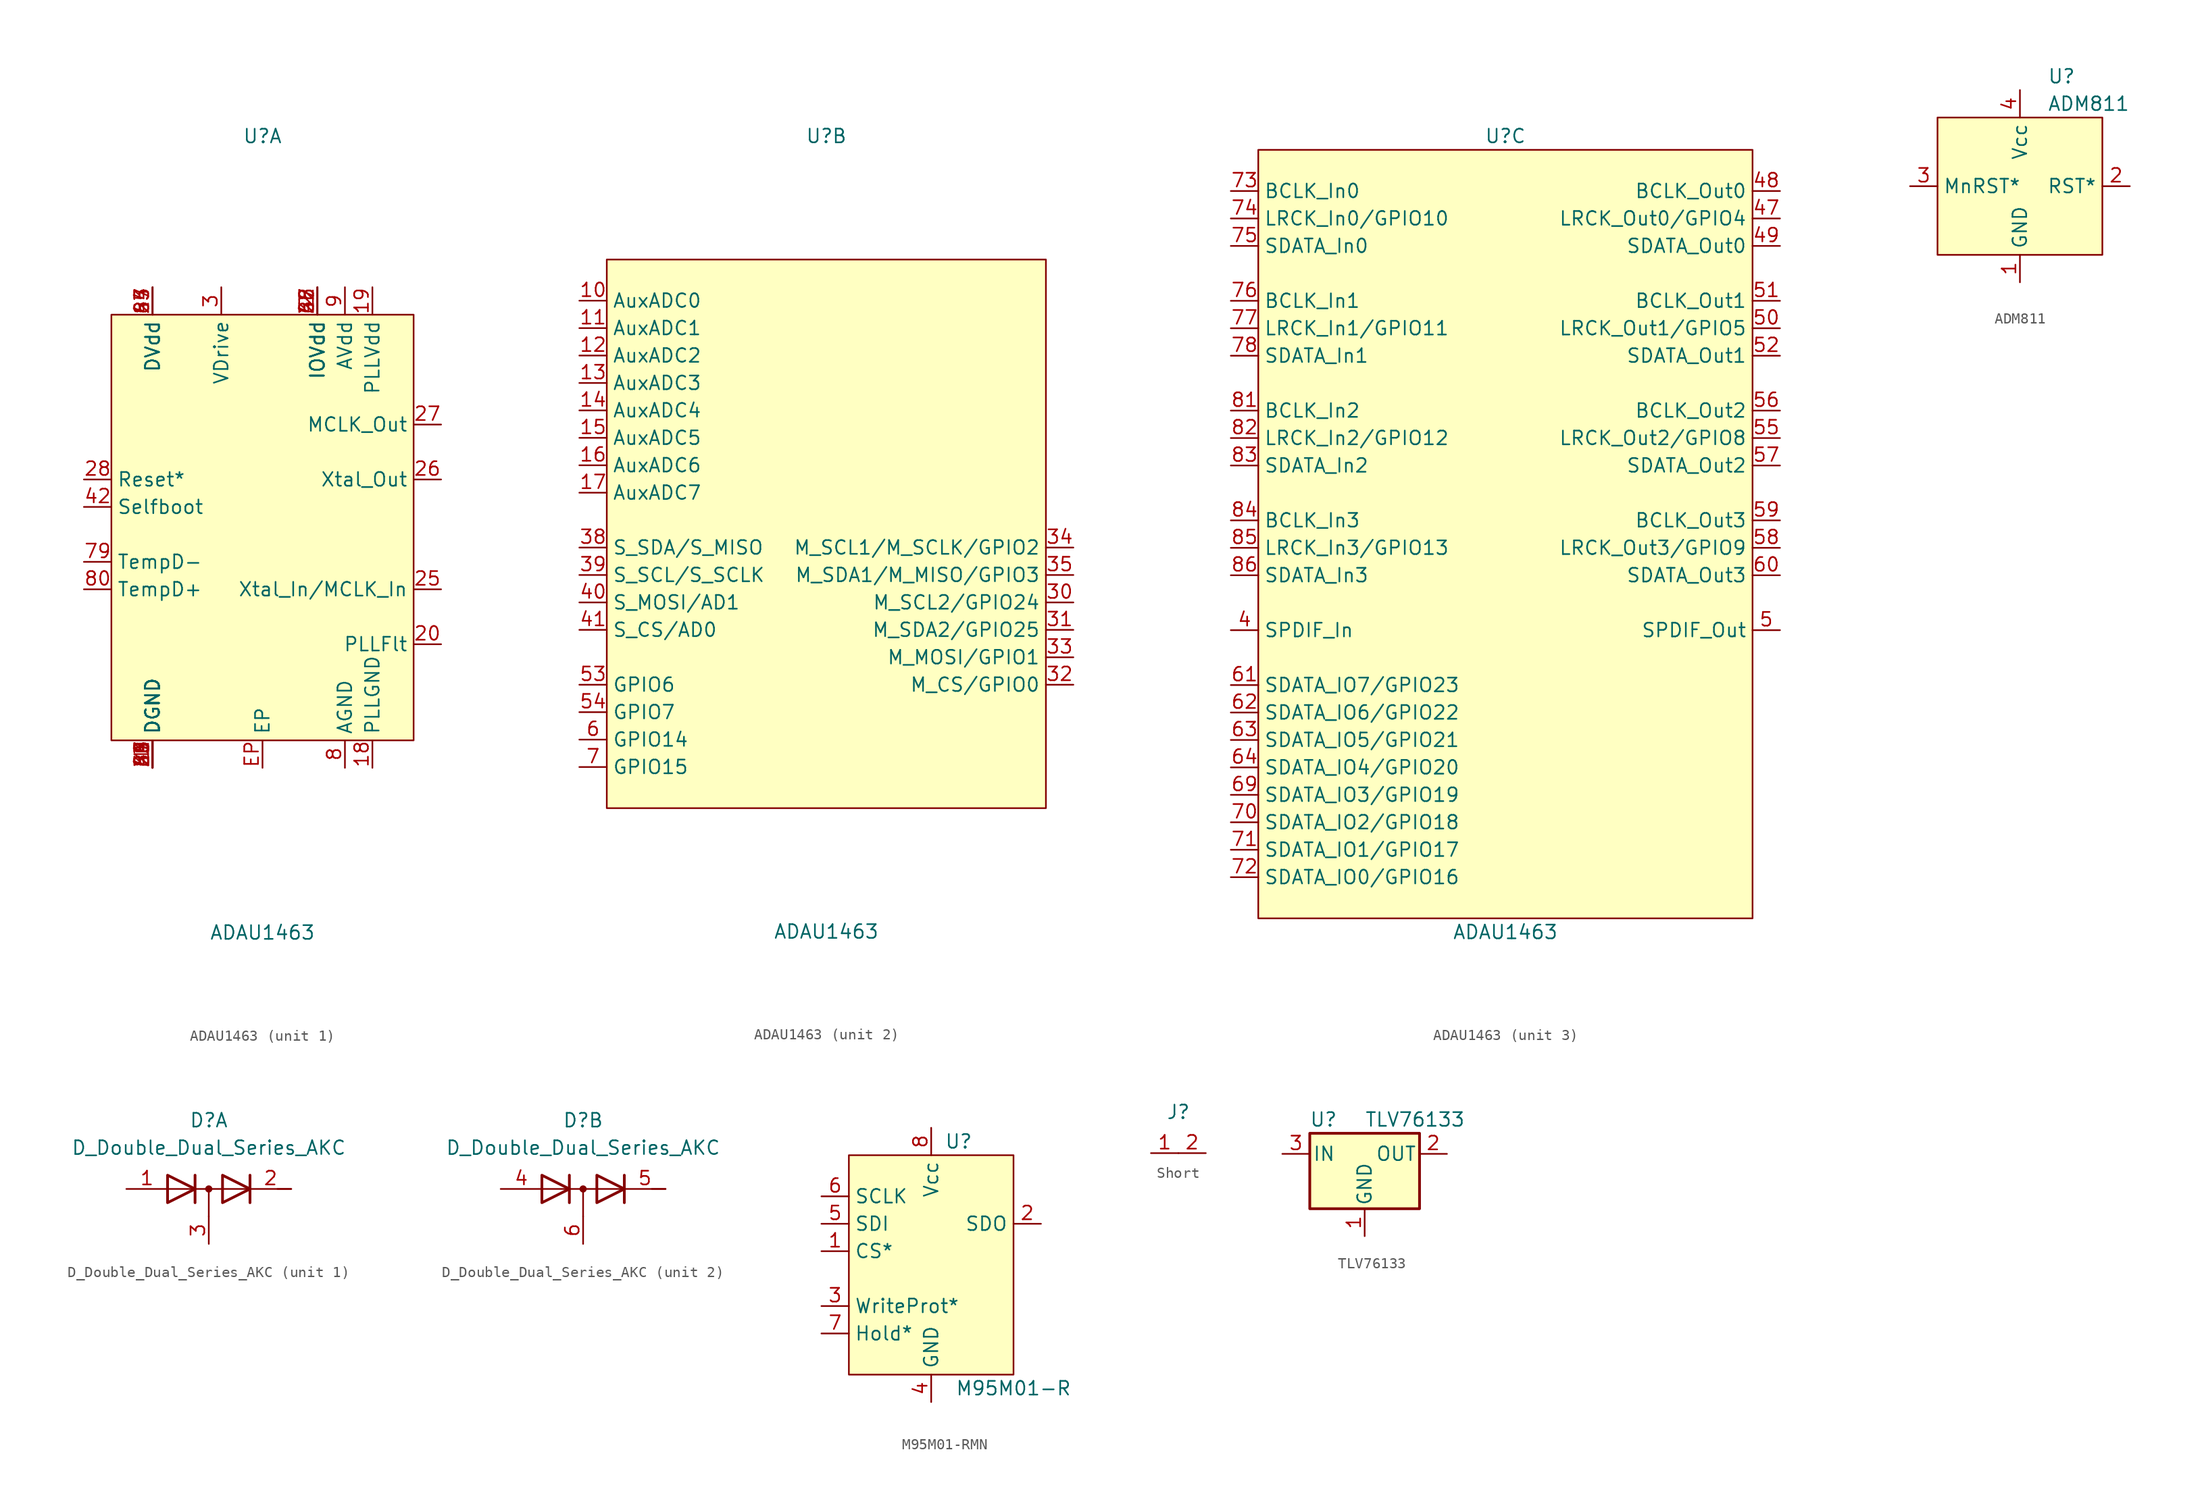
<source format=kicad_sym>
(kicad_symbol_lib
  (version 20220914)
  (generator kicad_symbol_editor)
  (symbol "ADAU1463"
    (property "Reference" "U"
      (at 0 36.83 0)
      (effects (font (size 1.27 1.27))))
    (property "Value" "ADAU1463"
      (at 0 -36.83 0)
      (effects (font (size 1.27 1.27))))
    (property "ki_locked" ""
      (at 0 0 0)
      (effects (font (size 1.27 1.27))))
    (symbol "ADAU1463_1_1"
      (rectangle (start -13.97 20.32) (end 13.97 -19.05) (stroke (width 0) (type default)) (fill (type background)))
      (pin power_in line (at -10.16 -21.59 90) (length 2.54) (name "DGND" (effects (font (size 1.27 1.27)))) (number "1" (effects (font (size 1.27 1.27)))))
      (pin power_in line (at 10.16 -21.59 90) (length 2.54) (name "PLLGND" (effects (font (size 1.27 1.27)))) (number "18" (effects (font (size 1.27 1.27)))))
      (pin power_in line (at 10.16 22.86 270) (length 2.54) (name "PLLVdd" (effects (font (size 1.27 1.27)))) (number "19" (effects (font (size 1.27 1.27)))))
      (pin power_in line (at 5.08 22.86 270) (length 2.54) (name "IOVdd" (effects (font (size 1.27 1.27)))) (number "2" (effects (font (size 1.27 1.27)))))
      (pin passive line (at 16.51 -10.16 180) (length 2.54) (name "PLLFlt" (effects (font (size 1.27 1.27)))) (number "20" (effects (font (size 1.27 1.27)))))
      (pin power_in line (at -10.16 -21.59 90) (length 2.54) (name "DGND" (effects (font (size 1.27 1.27)))) (number "21" (effects (font (size 1.27 1.27)))))
      (pin power_in line (at 5.08 22.86 270) (length 2.54) (name "IOVdd" (effects (font (size 1.27 1.27)))) (number "22" (effects (font (size 1.27 1.27)))))
      (pin power_in line (at -10.16 -21.59 90) (length 2.54) (name "DGND" (effects (font (size 1.27 1.27)))) (number "23" (effects (font (size 1.27 1.27)))))
      (pin power_in line (at -10.16 22.86 270) (length 2.54) (name "DVdd" (effects (font (size 1.27 1.27)))) (number "24" (effects (font (size 1.27 1.27)))))
      (pin input line (at 16.51 -5.08 180) (length 2.54) (name "Xtal_In/MCLK_In" (effects (font (size 1.27 1.27)))) (number "25" (effects (font (size 1.27 1.27)))))
      (pin output line (at 16.51 5.08 180) (length 2.54) (name "Xtal_Out" (effects (font (size 1.27 1.27)))) (number "26" (effects (font (size 1.27 1.27)))))
      (pin output line (at 16.51 10.16 180) (length 2.54) (name "MCLK_Out" (effects (font (size 1.27 1.27)))) (number "27" (effects (font (size 1.27 1.27)))))
      (pin input line (at -16.51 5.08 0) (length 2.54) (name "Reset*" (effects (font (size 1.27 1.27)))) (number "28" (effects (font (size 1.27 1.27)))))
      (pin power_in line (at -10.16 -21.59 90) (length 2.54) (name "DGND" (effects (font (size 1.27 1.27)))) (number "29" (effects (font (size 1.27 1.27)))))
      (pin output line (at -3.81 22.86 270) (length 2.54) (name "VDrive" (effects (font (size 1.27 1.27)))) (number "3" (effects (font (size 1.27 1.27)))))
      (pin power_in line (at -10.16 -21.59 90) (length 2.54) (name "DGND" (effects (font (size 1.27 1.27)))) (number "36" (effects (font (size 1.27 1.27)))))
      (pin power_in line (at 5.08 22.86 270) (length 2.54) (name "IOVdd" (effects (font (size 1.27 1.27)))) (number "37" (effects (font (size 1.27 1.27)))))
      (pin input line (at -16.51 2.54 0) (length 2.54) (name "Selfboot" (effects (font (size 1.27 1.27)))) (number "42" (effects (font (size 1.27 1.27)))))
      (pin power_in line (at -10.16 22.86 270) (length 2.54) (name "DVdd" (effects (font (size 1.27 1.27)))) (number "43" (effects (font (size 1.27 1.27)))))
      (pin power_in line (at -10.16 -21.59 90) (length 2.54) (name "DGND" (effects (font (size 1.27 1.27)))) (number "44" (effects (font (size 1.27 1.27)))))
      (pin power_in line (at -10.16 -21.59 90) (length 2.54) (name "DGND" (effects (font (size 1.27 1.27)))) (number "45" (effects (font (size 1.27 1.27)))))
      (pin power_in line (at 5.08 22.86 270) (length 2.54) (name "IOVdd" (effects (font (size 1.27 1.27)))) (number "46" (effects (font (size 1.27 1.27)))))
      (pin power_in line (at -10.16 22.86 270) (length 2.54) (name "DVdd" (effects (font (size 1.27 1.27)))) (number "65" (effects (font (size 1.27 1.27)))))
      (pin power_in line (at -10.16 -21.59 90) (length 2.54) (name "DGND" (effects (font (size 1.27 1.27)))) (number "66" (effects (font (size 1.27 1.27)))))
      (pin power_in line (at -10.16 -21.59 90) (length 2.54) (name "DGND" (effects (font (size 1.27 1.27)))) (number "67" (effects (font (size 1.27 1.27)))))
      (pin power_in line (at 5.08 22.86 270) (length 2.54) (name "IOVdd" (effects (font (size 1.27 1.27)))) (number "68" (effects (font (size 1.27 1.27)))))
      (pin input line (at -16.51 -2.54 0) (length 2.54) (name "TempD-" (effects (font (size 1.27 1.27)))) (number "79" (effects (font (size 1.27 1.27)))))
      (pin power_in line (at 7.62 -21.59 90) (length 2.54) (name "AGND" (effects (font (size 1.27 1.27)))) (number "8" (effects (font (size 1.27 1.27)))))
      (pin input line (at -16.51 -5.08 0) (length 2.54) (name "TempD+" (effects (font (size 1.27 1.27)))) (number "80" (effects (font (size 1.27 1.27)))))
      (pin power_in line (at -10.16 22.86 270) (length 2.54) (name "DVdd" (effects (font (size 1.27 1.27)))) (number "87" (effects (font (size 1.27 1.27)))))
      (pin power_in line (at -10.16 -21.59 90) (length 2.54) (name "DGND" (effects (font (size 1.27 1.27)))) (number "88" (effects (font (size 1.27 1.27)))))
      (pin power_in line (at 7.62 22.86 270) (length 2.54) (name "AVdd" (effects (font (size 1.27 1.27)))) (number "9" (effects (font (size 1.27 1.27)))))
      (pin power_in line (at 0 -21.59 90) (length 2.54) (name "EP" (effects (font (size 1.27 1.27)))) (number "EP" (effects (font (size 1.27 1.27))))))
    (symbol "ADAU1463_2_1"
      (rectangle (start -20.32 25.4) (end 20.32 -25.4) (stroke (width 0) (type default)) (fill (type background)))
      (pin input line (at -22.86 21.59 0) (length 2.54) (name "AuxADC0" (effects (font (size 1.27 1.27)))) (number "10" (effects (font (size 1.27 1.27)))))
      (pin input line (at -22.86 19.05 0) (length 2.54) (name "AuxADC1" (effects (font (size 1.27 1.27)))) (number "11" (effects (font (size 1.27 1.27)))))
      (pin input line (at -22.86 16.51 0) (length 2.54) (name "AuxADC2" (effects (font (size 1.27 1.27)))) (number "12" (effects (font (size 1.27 1.27)))))
      (pin input line (at -22.86 13.97 0) (length 2.54) (name "AuxADC3" (effects (font (size 1.27 1.27)))) (number "13" (effects (font (size 1.27 1.27)))))
      (pin input line (at -22.86 11.43 0) (length 2.54) (name "AuxADC4" (effects (font (size 1.27 1.27)))) (number "14" (effects (font (size 1.27 1.27)))))
      (pin input line (at -22.86 8.89 0) (length 2.54) (name "AuxADC5" (effects (font (size 1.27 1.27)))) (number "15" (effects (font (size 1.27 1.27)))))
      (pin input line (at -22.86 6.35 0) (length 2.54) (name "AuxADC6" (effects (font (size 1.27 1.27)))) (number "16" (effects (font (size 1.27 1.27)))))
      (pin input line (at -22.86 3.81 0) (length 2.54) (name "AuxADC7" (effects (font (size 1.27 1.27)))) (number "17" (effects (font (size 1.27 1.27)))))
      (pin bidirectional line (at 22.86 -6.35 180) (length 2.54) (name "M_SCL2/GPIO24" (effects (font (size 1.27 1.27)))) (number "30" (effects (font (size 1.27 1.27)))))
      (pin bidirectional line (at 22.86 -8.89 180) (length 2.54) (name "M_SDA2/GPIO25" (effects (font (size 1.27 1.27)))) (number "31" (effects (font (size 1.27 1.27)))))
      (pin bidirectional line (at 22.86 -13.97 180) (length 2.54) (name "M_CS/GPIO0" (effects (font (size 1.27 1.27)))) (number "32" (effects (font (size 1.27 1.27)))))
      (pin bidirectional line (at 22.86 -11.43 180) (length 2.54) (name "M_MOSI/GPIO1" (effects (font (size 1.27 1.27)))) (number "33" (effects (font (size 1.27 1.27)))))
      (pin bidirectional line (at 22.86 -1.27 180) (length 2.54) (name "M_SCL1/M_SCLK/GPIO2" (effects (font (size 1.27 1.27)))) (number "34" (effects (font (size 1.27 1.27)))))
      (pin bidirectional line (at 22.86 -3.81 180) (length 2.54) (name "M_SDA1/M_MISO/GPIO3" (effects (font (size 1.27 1.27)))) (number "35" (effects (font (size 1.27 1.27)))))
      (pin bidirectional line (at -22.86 -1.27 0) (length 2.54) (name "S_SDA/S_MISO" (effects (font (size 1.27 1.27)))) (number "38" (effects (font (size 1.27 1.27)))))
      (pin input line (at -22.86 -3.81 0) (length 2.54) (name "S_SCL/S_SCLK" (effects (font (size 1.27 1.27)))) (number "39" (effects (font (size 1.27 1.27)))))
      (pin input line (at -22.86 -6.35 0) (length 2.54) (name "S_MOSI/AD1" (effects (font (size 1.27 1.27)))) (number "40" (effects (font (size 1.27 1.27)))))
      (pin input line (at -22.86 -8.89 0) (length 2.54) (name "S_CS/AD0" (effects (font (size 1.27 1.27)))) (number "41" (effects (font (size 1.27 1.27)))))
      (pin bidirectional line (at -22.86 -13.97 0) (length 2.54) (name "GPIO6" (effects (font (size 1.27 1.27)))) (number "53" (effects (font (size 1.27 1.27)))))
      (pin bidirectional line (at -22.86 -16.51 0) (length 2.54) (name "GPIO7" (effects (font (size 1.27 1.27)))) (number "54" (effects (font (size 1.27 1.27)))))
      (pin bidirectional line (at -22.86 -19.05 0) (length 2.54) (name "GPIO14" (effects (font (size 1.27 1.27)))) (number "6" (effects (font (size 1.27 1.27)))))
      (pin bidirectional line (at -22.86 -21.59 0) (length 2.54) (name "GPIO15" (effects (font (size 1.27 1.27)))) (number "7" (effects (font (size 1.27 1.27))))))
    (symbol "ADAU1463_3_1"
      (rectangle (start -22.86 35.56) (end 22.86 -35.56) (stroke (width 0) (type default)) (fill (type background)))
      (pin input line (at -25.4 -8.89 0) (length 2.54) (name "SPDIF_In" (effects (font (size 1.27 1.27)))) (number "4" (effects (font (size 1.27 1.27)))))
      (pin bidirectional line (at 25.4 29.21 180) (length 2.54) (name "LRCK_Out0/GPIO4" (effects (font (size 1.27 1.27)))) (number "47" (effects (font (size 1.27 1.27)))))
      (pin bidirectional line (at 25.4 31.75 180) (length 2.54) (name "BCLK_Out0" (effects (font (size 1.27 1.27)))) (number "48" (effects (font (size 1.27 1.27)))))
      (pin output line (at 25.4 26.67 180) (length 2.54) (name "SDATA_Out0" (effects (font (size 1.27 1.27)))) (number "49" (effects (font (size 1.27 1.27)))))
      (pin output line (at 25.4 -8.89 180) (length 2.54) (name "SPDIF_Out" (effects (font (size 1.27 1.27)))) (number "5" (effects (font (size 1.27 1.27)))))
      (pin bidirectional line (at 25.4 19.05 180) (length 2.54) (name "LRCK_Out1/GPIO5" (effects (font (size 1.27 1.27)))) (number "50" (effects (font (size 1.27 1.27)))))
      (pin bidirectional line (at 25.4 21.59 180) (length 2.54) (name "BCLK_Out1" (effects (font (size 1.27 1.27)))) (number "51" (effects (font (size 1.27 1.27)))))
      (pin output line (at 25.4 16.51 180) (length 2.54) (name "SDATA_Out1" (effects (font (size 1.27 1.27)))) (number "52" (effects (font (size 1.27 1.27)))))
      (pin bidirectional line (at 25.4 8.89 180) (length 2.54) (name "LRCK_Out2/GPIO8" (effects (font (size 1.27 1.27)))) (number "55" (effects (font (size 1.27 1.27)))))
      (pin bidirectional line (at 25.4 11.43 180) (length 2.54) (name "BCLK_Out2" (effects (font (size 1.27 1.27)))) (number "56" (effects (font (size 1.27 1.27)))))
      (pin output line (at 25.4 6.35 180) (length 2.54) (name "SDATA_Out2" (effects (font (size 1.27 1.27)))) (number "57" (effects (font (size 1.27 1.27)))))
      (pin bidirectional line (at 25.4 -1.27 180) (length 2.54) (name "LRCK_Out3/GPIO9" (effects (font (size 1.27 1.27)))) (number "58" (effects (font (size 1.27 1.27)))))
      (pin bidirectional line (at 25.4 1.27 180) (length 2.54) (name "BCLK_Out3" (effects (font (size 1.27 1.27)))) (number "59" (effects (font (size 1.27 1.27)))))
      (pin output line (at 25.4 -3.81 180) (length 2.54) (name "SDATA_Out3" (effects (font (size 1.27 1.27)))) (number "60" (effects (font (size 1.27 1.27)))))
      (pin bidirectional line (at -25.4 -13.97 0) (length 2.54) (name "SDATA_IO7/GPIO23" (effects (font (size 1.27 1.27)))) (number "61" (effects (font (size 1.27 1.27)))))
      (pin bidirectional line (at -25.4 -16.51 0) (length 2.54) (name "SDATA_IO6/GPIO22" (effects (font (size 1.27 1.27)))) (number "62" (effects (font (size 1.27 1.27)))))
      (pin bidirectional line (at -25.4 -19.05 0) (length 2.54) (name "SDATA_IO5/GPIO21" (effects (font (size 1.27 1.27)))) (number "63" (effects (font (size 1.27 1.27)))))
      (pin bidirectional line (at -25.4 -21.59 0) (length 2.54) (name "SDATA_IO4/GPIO20" (effects (font (size 1.27 1.27)))) (number "64" (effects (font (size 1.27 1.27)))))
      (pin bidirectional line (at -25.4 -24.13 0) (length 2.54) (name "SDATA_IO3/GPIO19" (effects (font (size 1.27 1.27)))) (number "69" (effects (font (size 1.27 1.27)))))
      (pin bidirectional line (at -25.4 -26.67 0) (length 2.54) (name "SDATA_IO2/GPIO18" (effects (font (size 1.27 1.27)))) (number "70" (effects (font (size 1.27 1.27)))))
      (pin bidirectional line (at -25.4 -29.21 0) (length 2.54) (name "SDATA_IO1/GPIO17" (effects (font (size 1.27 1.27)))) (number "71" (effects (font (size 1.27 1.27)))))
      (pin bidirectional line (at -25.4 -31.75 0) (length 2.54) (name "SDATA_IO0/GPIO16" (effects (font (size 1.27 1.27)))) (number "72" (effects (font (size 1.27 1.27)))))
      (pin bidirectional line (at -25.4 31.75 0) (length 2.54) (name "BCLK_In0" (effects (font (size 1.27 1.27)))) (number "73" (effects (font (size 1.27 1.27)))))
      (pin bidirectional line (at -25.4 29.21 0) (length 2.54) (name "LRCK_In0/GPIO10" (effects (font (size 1.27 1.27)))) (number "74" (effects (font (size 1.27 1.27)))))
      (pin input line (at -25.4 26.67 0) (length 2.54) (name "SDATA_In0" (effects (font (size 1.27 1.27)))) (number "75" (effects (font (size 1.27 1.27)))))
      (pin bidirectional line (at -25.4 21.59 0) (length 2.54) (name "BCLK_In1" (effects (font (size 1.27 1.27)))) (number "76" (effects (font (size 1.27 1.27)))))
      (pin bidirectional line (at -25.4 19.05 0) (length 2.54) (name "LRCK_In1/GPIO11" (effects (font (size 1.27 1.27)))) (number "77" (effects (font (size 1.27 1.27)))))
      (pin input line (at -25.4 16.51 0) (length 2.54) (name "SDATA_In1" (effects (font (size 1.27 1.27)))) (number "78" (effects (font (size 1.27 1.27)))))
      (pin bidirectional line (at -25.4 11.43 0) (length 2.54) (name "BCLK_In2" (effects (font (size 1.27 1.27)))) (number "81" (effects (font (size 1.27 1.27)))))
      (pin bidirectional line (at -25.4 8.89 0) (length 2.54) (name "LRCK_In2/GPIO12" (effects (font (size 1.27 1.27)))) (number "82" (effects (font (size 1.27 1.27)))))
      (pin input line (at -25.4 6.35 0) (length 2.54) (name "SDATA_In2" (effects (font (size 1.27 1.27)))) (number "83" (effects (font (size 1.27 1.27)))))
      (pin bidirectional line (at -25.4 1.27 0) (length 2.54) (name "BCLK_In3" (effects (font (size 1.27 1.27)))) (number "84" (effects (font (size 1.27 1.27)))))
      (pin bidirectional line (at -25.4 -1.27 0) (length 2.54) (name "LRCK_In3/GPIO13" (effects (font (size 1.27 1.27)))) (number "85" (effects (font (size 1.27 1.27)))))
      (pin input line (at -25.4 -3.81 0) (length 2.54) (name "SDATA_In3" (effects (font (size 1.27 1.27)))) (number "86" (effects (font (size 1.27 1.27)))))))
  (symbol "ADM811"
    (property "Reference" "U"
      (at 2.54 10.16 0)
      (effects (font (size 1.27 1.27)) (justify left)))
    (property "Value" "ADM811"
      (at 2.54 7.62 0)
      (effects (font (size 1.27 1.27)) (justify left)))
    (symbol "ADM811_1_1"
      (rectangle (start -7.62 6.35) (end 7.62 -6.35) (stroke (width 0) (type default)) (fill (type background)))
      (pin power_in line (at 0 -8.89 90) (length 2.54) (name "GND" (effects (font (size 1.27 1.27)))) (number "1" (effects (font (size 1.27 1.27)))))
      (pin output line (at 10.16 0 180) (length 2.54) (name "RST*" (effects (font (size 1.27 1.27)))) (number "2" (effects (font (size 1.27 1.27)))))
      (pin input line (at -10.16 0 0) (length 2.54) (name "MnRST*" (effects (font (size 1.27 1.27)))) (number "3" (effects (font (size 1.27 1.27)))))
      (pin power_in line (at 0 8.89 270) (length 2.54) (name "Vcc" (effects (font (size 1.27 1.27)))) (number "4" (effects (font (size 1.27 1.27)))))))
  (symbol "D_Double_Dual_Series_AKC"
    (pin_names hide)
    (property "Reference" "D"
      (at 0 -3.81 0)
      (effects (font (size 1.27 1.27))))
    (property "Value" "D_Double_Dual_Series_AKC"
      (at 0 -6.35 0)
      (effects (font (size 1.27 1.27))))
    (property "ki_locked" ""
      (at 0 0 0)
      (effects (font (size 1.27 1.27))))
    (symbol "D_Double_Dual_Series_AKC_0_1"
      (circle (center 0 -10.16) (radius 0.254) (stroke (width 0) (type default)) (fill (type outline)))
      (polyline (pts (xy -3.81 -10.16) (xy 3.81 -10.16)) (stroke (width 0) (type default)) (fill (type none)))
      (polyline (pts (xy 0 -10.16) (xy 0 -12.7)) (stroke (width 0) (type default)) (fill (type none)))
      (polyline (pts (xy 6.35 -10.16) (xy 7.62 -10.16)) (stroke (width 0) (type default)) (fill (type none)))
      (polyline (pts (xy -1.27 -11.43) (xy -1.27 -8.89) (xy -1.27 -8.89)) (stroke (width 0.254) (type default)) (fill (type none)))
      (polyline (pts (xy 3.81 -8.89) (xy 3.81 -11.43) (xy 3.81 -11.43)) (stroke (width 0.254) (type default)) (fill (type none)))
      (polyline (pts (xy -3.81 -8.89) (xy -1.27 -10.16) (xy -3.81 -11.43) (xy -3.81 -8.89) (xy -3.81 -8.89) (xy -3.81 -8.89)) (stroke (width 0.254) (type default)) (fill (type none)))
      (polyline (pts (xy 1.27 -8.89) (xy 3.81 -10.16) (xy 1.27 -11.43) (xy 1.27 -8.89) (xy 1.27 -8.89) (xy 1.27 -8.89)) (stroke (width 0.254) (type default)) (fill (type none))))
    (symbol "D_Double_Dual_Series_AKC_1_1"
      (pin passive line (at -7.62 -10.16 0) (length 3.81) (name "A1" (effects (font (size 1.27 1.27)))) (number "1" (effects (font (size 1.27 1.27)))))
      (pin passive line (at 7.62 -10.16 180) (length 3.81) (name "K1" (effects (font (size 1.27 1.27)))) (number "2" (effects (font (size 1.27 1.27)))))
      (pin passive line (at 0 -15.24 90) (length 2.54) (name "C1" (effects (font (size 1.27 1.27)))) (number "3" (effects (font (size 1.27 1.27))))))
    (symbol "D_Double_Dual_Series_AKC_2_1"
      (pin passive line (at -7.62 -10.16 0) (length 3.81) (name "A2" (effects (font (size 1.27 1.27)))) (number "4" (effects (font (size 1.27 1.27)))))
      (pin passive line (at 7.62 -10.16 180) (length 3.81) (name "K2" (effects (font (size 1.27 1.27)))) (number "5" (effects (font (size 1.27 1.27)))))
      (pin passive line (at 0 -15.24 90) (length 2.54) (name "C2" (effects (font (size 1.27 1.27)))) (number "6" (effects (font (size 1.27 1.27)))))))
  (symbol "M95M01-RMN"
    (property "Reference" "U"
      (at 2.54 11.43 0)
      (effects (font (size 1.27 1.27))))
    (property "Value" "M95M01-R"
      (at 7.62 -11.43 0)
      (effects (font (size 1.27 1.27))))
    (symbol "M95M01-RMN_1_1"
      (rectangle (start -7.62 10.16) (end 7.62 -10.16) (stroke (width 0) (type default)) (fill (type background)))
      (pin input line (at -10.16 1.27 0) (length 2.54) (name "CS*" (effects (font (size 1.27 1.27)))) (number "1" (effects (font (size 1.27 1.27)))))
      (pin output line (at 10.16 3.81 180) (length 2.54) (name "SDO" (effects (font (size 1.27 1.27)))) (number "2" (effects (font (size 1.27 1.27)))))
      (pin input line (at -10.16 -3.81 0) (length 2.54) (name "WriteProt*" (effects (font (size 1.27 1.27)))) (number "3" (effects (font (size 1.27 1.27)))))
      (pin power_in line (at 0 -12.7 90) (length 2.54) (name "GND" (effects (font (size 1.27 1.27)))) (number "4" (effects (font (size 1.27 1.27)))))
      (pin input line (at -10.16 3.81 0) (length 2.54) (name "SDI" (effects (font (size 1.27 1.27)))) (number "5" (effects (font (size 1.27 1.27)))))
      (pin input line (at -10.16 6.35 0) (length 2.54) (name "SCLK" (effects (font (size 1.27 1.27)))) (number "6" (effects (font (size 1.27 1.27)))))
      (pin input line (at -10.16 -6.35 0) (length 2.54) (name "Hold*" (effects (font (size 1.27 1.27)))) (number "7" (effects (font (size 1.27 1.27)))))
      (pin power_in line (at 0 12.7 270) (length 2.54) (name "Vcc" (effects (font (size 1.27 1.27)))) (number "8" (effects (font (size 1.27 1.27)))))))
  (symbol "Short"
    (property "Reference" "J"
      (at 0 3.81 0)
      (effects (font (size 1.27 1.27))))
    (property "Value" ""
      (at 2.54 3.81 0)
      (effects (font (size 1.27 1.27))))
    (symbol "Short_1_1"
      (pin power_in line (at -2.54 0 0) (length 2.54) (name "" (effects (font (size 1.27 1.27)))) (number "1" (effects (font (size 1.27 1.27)))))
      (pin power_in line (at 2.54 0 180) (length 2.54) (name "" (effects (font (size 1.27 1.27)))) (number "2" (effects (font (size 1.27 1.27)))))))
  (symbol "TLV76133"
    (pin_names
      (offset 0.254))
    (property "Reference" "U"
      (at -3.81 3.175 0)
      (effects (font (size 1.27 1.27))))
    (property "Value" "TLV76133"
      (at 0 3.175 0)
      (effects (font (size 1.27 1.27)) (justify left)))
    (symbol "TLV76133_0_1"
      (rectangle (start -5.08 1.905) (end 5.08 -5.08) (stroke (width 0.254) (type default)) (fill (type background))))
    (symbol "TLV76133_1_1"
      (pin power_in line (at 0 -7.62 90) (length 2.54) (name "GND" (effects (font (size 1.27 1.27)))) (number "1" (effects (font (size 1.27 1.27)))))
      (pin power_out line (at 7.62 0 180) (length 2.54) (name "OUT" (effects (font (size 1.27 1.27)))) (number "2" (effects (font (size 1.27 1.27)))))
      (pin power_in line (at -7.62 0 0) (length 2.54) (name "IN" (effects (font (size 1.27 1.27)))) (number "3" (effects (font (size 1.27 1.27))))))))
</source>
